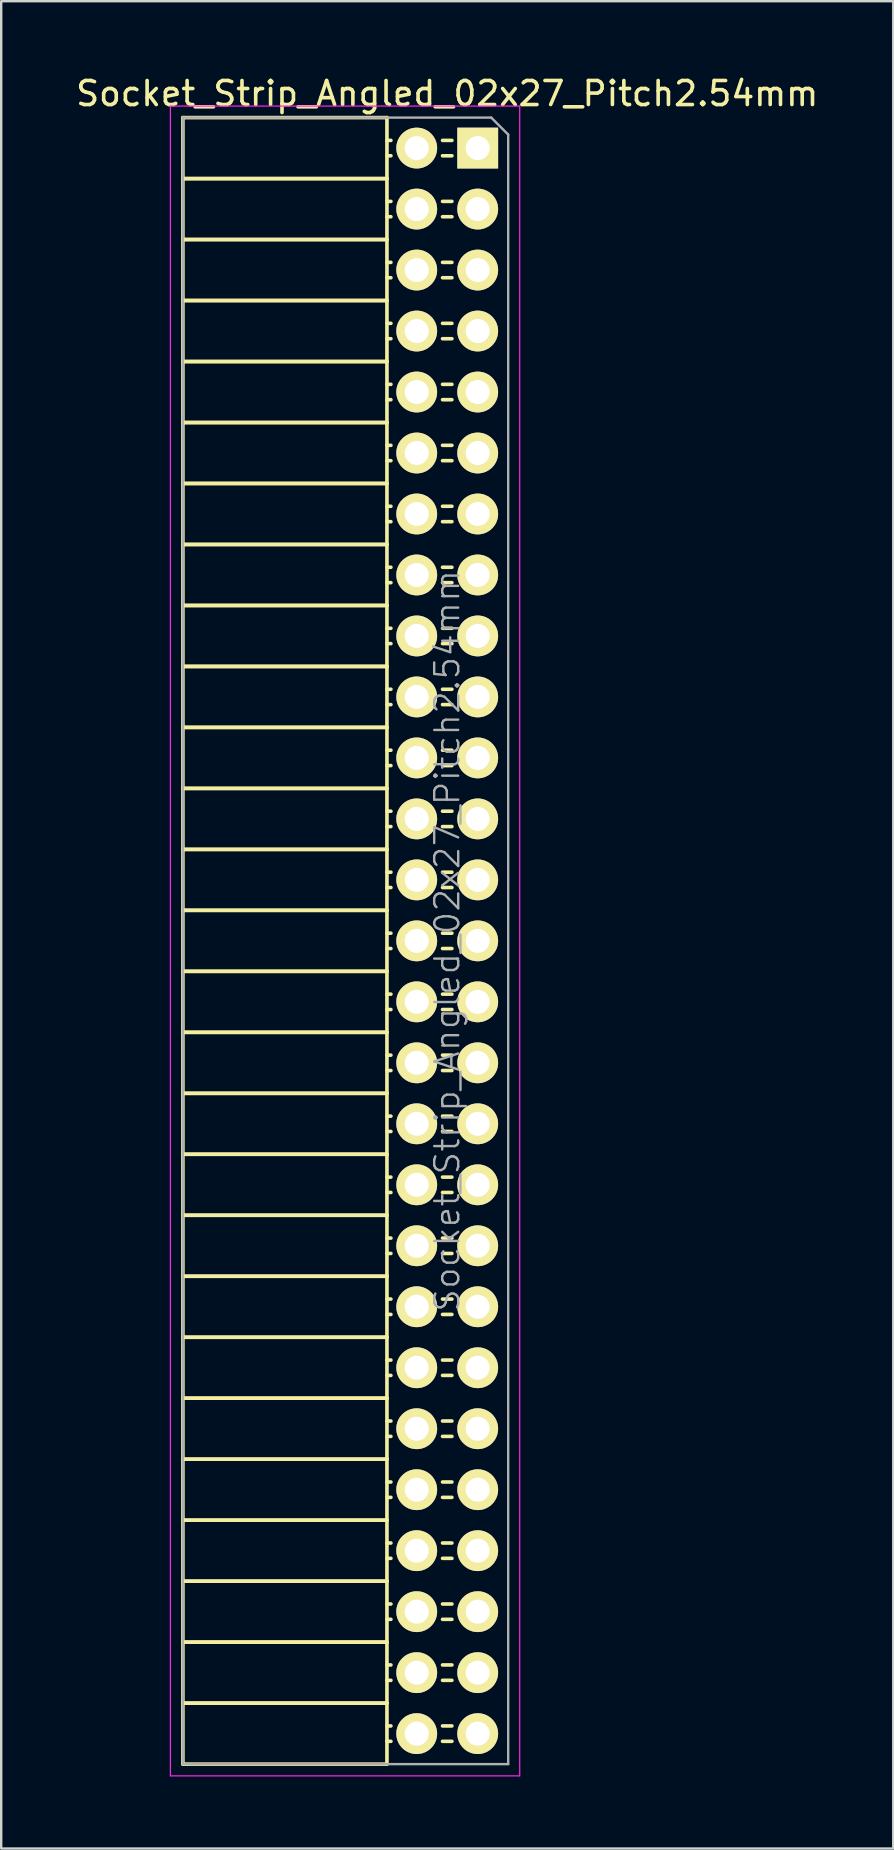
<source format=kicad_pcb>
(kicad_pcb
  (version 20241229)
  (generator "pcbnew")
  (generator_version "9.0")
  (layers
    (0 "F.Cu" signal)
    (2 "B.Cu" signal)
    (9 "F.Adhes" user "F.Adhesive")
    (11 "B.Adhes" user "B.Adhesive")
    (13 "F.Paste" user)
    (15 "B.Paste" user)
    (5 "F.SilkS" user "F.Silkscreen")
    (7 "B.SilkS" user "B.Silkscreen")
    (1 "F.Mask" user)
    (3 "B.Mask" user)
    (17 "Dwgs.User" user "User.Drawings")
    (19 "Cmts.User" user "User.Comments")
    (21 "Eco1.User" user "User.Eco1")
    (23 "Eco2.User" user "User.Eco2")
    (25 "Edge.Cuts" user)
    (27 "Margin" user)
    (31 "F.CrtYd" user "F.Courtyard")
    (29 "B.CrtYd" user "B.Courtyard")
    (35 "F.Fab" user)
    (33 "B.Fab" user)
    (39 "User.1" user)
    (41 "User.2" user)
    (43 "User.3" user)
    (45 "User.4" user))
  (footprint "Socket_Strip_Angled_02x27_Pitch2.54mm"
    (layer "F.Cu")
    (at 16.847 3.118)
    (property "Reference" "Socket_Strip_Angled_02x27_Pitch2.54mm" (at -1.27 -2.27 0) (layer "F.SilkS") (effects (font (size 1 1) (thickness 0.15))))
    (attr smd)
    (fp_line (start -12.28 -1.27) (end -12.28 1.27) (stroke (width 0.15) (type solid)) (layer "F.SilkS"))
    (fp_line (start -12.28 -1.27) (end -3.78 -1.27) (stroke (width 0.15) (type solid)) (layer "F.SilkS"))
    (fp_line (start -12.28 1.27) (end -12.28 3.81) (stroke (width 0.15) (type solid)) (layer "F.SilkS"))
    (fp_line (start -12.28 1.27) (end -3.78 1.27) (stroke (width 0.15) (type solid)) (layer "F.SilkS"))
    (fp_line (start -12.28 1.27) (end -3.78 1.27) (stroke (width 0.15) (type solid)) (layer "F.SilkS"))
    (fp_line (start -12.28 3.81) (end -12.28 6.35) (stroke (width 0.15) (type solid)) (layer "F.SilkS"))
    (fp_line (start -12.28 3.81) (end -3.78 3.81) (stroke (width 0.15) (type solid)) (layer "F.SilkS"))
    (fp_line (start -12.28 3.81) (end -3.78 3.81) (stroke (width 0.15) (type solid)) (layer "F.SilkS"))
    (fp_line (start -12.28 6.35) (end -12.28 8.89) (stroke (width 0.15) (type solid)) (layer "F.SilkS"))
    (fp_line (start -12.28 6.35) (end -3.78 6.35) (stroke (width 0.15) (type solid)) (layer "F.SilkS"))
    (fp_line (start -12.28 6.35) (end -3.78 6.35) (stroke (width 0.15) (type solid)) (layer "F.SilkS"))
    (fp_line (start -12.28 8.89) (end -12.28 11.43) (stroke (width 0.15) (type solid)) (layer "F.SilkS"))
    (fp_line (start -12.28 8.89) (end -3.78 8.89) (stroke (width 0.15) (type solid)) (layer "F.SilkS"))
    (fp_line (start -12.28 8.89) (end -3.78 8.89) (stroke (width 0.15) (type solid)) (layer "F.SilkS"))
    (fp_line (start -12.28 11.43) (end -12.28 13.97) (stroke (width 0.15) (type solid)) (layer "F.SilkS"))
    (fp_line (start -12.28 11.43) (end -3.78 11.43) (stroke (width 0.15) (type solid)) (layer "F.SilkS"))
    (fp_line (start -12.28 11.43) (end -3.78 11.43) (stroke (width 0.15) (type solid)) (layer "F.SilkS"))
    (fp_line (start -12.28 13.97) (end -12.28 16.51) (stroke (width 0.15) (type solid)) (layer "F.SilkS"))
    (fp_line (start -12.28 13.97) (end -3.78 13.97) (stroke (width 0.15) (type solid)) (layer "F.SilkS"))
    (fp_line (start -12.28 13.97) (end -3.78 13.97) (stroke (width 0.15) (type solid)) (layer "F.SilkS"))
    (fp_line (start -12.28 16.51) (end -12.28 19.05) (stroke (width 0.15) (type solid)) (layer "F.SilkS"))
    (fp_line (start -12.28 16.51) (end -3.78 16.51) (stroke (width 0.15) (type solid)) (layer "F.SilkS"))
    (fp_line (start -12.28 16.51) (end -3.78 16.51) (stroke (width 0.15) (type solid)) (layer "F.SilkS"))
    (fp_line (start -12.28 19.05) (end -12.28 21.59) (stroke (width 0.15) (type solid)) (layer "F.SilkS"))
    (fp_line (start -12.28 19.05) (end -3.78 19.05) (stroke (width 0.15) (type solid)) (layer "F.SilkS"))
    (fp_line (start -12.28 19.05) (end -3.78 19.05) (stroke (width 0.15) (type solid)) (layer "F.SilkS"))
    (fp_line (start -12.28 21.59) (end -12.28 24.13) (stroke (width 0.15) (type solid)) (layer "F.SilkS"))
    (fp_line (start -12.28 21.59) (end -3.78 21.59) (stroke (width 0.15) (type solid)) (layer "F.SilkS"))
    (fp_line (start -12.28 21.59) (end -3.78 21.59) (stroke (width 0.15) (type solid)) (layer "F.SilkS"))
    (fp_line (start -12.28 24.13) (end -12.28 26.67) (stroke (width 0.15) (type solid)) (layer "F.SilkS"))
    (fp_line (start -12.28 24.13) (end -3.78 24.13) (stroke (width 0.15) (type solid)) (layer "F.SilkS"))
    (fp_line (start -12.28 24.13) (end -3.78 24.13) (stroke (width 0.15) (type solid)) (layer "F.SilkS"))
    (fp_line (start -12.28 26.67) (end -12.28 29.21) (stroke (width 0.15) (type solid)) (layer "F.SilkS"))
    (fp_line (start -12.28 26.67) (end -3.78 26.67) (stroke (width 0.15) (type solid)) (layer "F.SilkS"))
    (fp_line (start -12.28 26.67) (end -3.78 26.67) (stroke (width 0.15) (type solid)) (layer "F.SilkS"))
    (fp_line (start -12.28 29.21) (end -12.28 31.75) (stroke (width 0.15) (type solid)) (layer "F.SilkS"))
    (fp_line (start -12.28 29.21) (end -3.78 29.21) (stroke (width 0.15) (type solid)) (layer "F.SilkS"))
    (fp_line (start -12.28 29.21) (end -3.78 29.21) (stroke (width 0.15) (type solid)) (layer "F.SilkS"))
    (fp_line (start -12.28 31.75) (end -12.28 34.29) (stroke (width 0.15) (type solid)) (layer "F.SilkS"))
    (fp_line (start -12.28 31.75) (end -3.78 31.75) (stroke (width 0.15) (type solid)) (layer "F.SilkS"))
    (fp_line (start -12.28 31.75) (end -3.78 31.75) (stroke (width 0.15) (type solid)) (layer "F.SilkS"))
    (fp_line (start -12.28 34.29) (end -12.28 36.83) (stroke (width 0.15) (type solid)) (layer "F.SilkS"))
    (fp_line (start -12.28 34.29) (end -3.78 34.29) (stroke (width 0.15) (type solid)) (layer "F.SilkS"))
    (fp_line (start -12.28 34.29) (end -3.78 34.29) (stroke (width 0.15) (type solid)) (layer "F.SilkS"))
    (fp_line (start -12.28 36.83) (end -12.28 39.37) (stroke (width 0.15) (type solid)) (layer "F.SilkS"))
    (fp_line (start -12.28 36.83) (end -3.78 36.83) (stroke (width 0.15) (type solid)) (layer "F.SilkS"))
    (fp_line (start -12.28 36.83) (end -3.78 36.83) (stroke (width 0.15) (type solid)) (layer "F.SilkS"))
    (fp_line (start -12.28 39.37) (end -12.28 41.91) (stroke (width 0.15) (type solid)) (layer "F.SilkS"))
    (fp_line (start -12.28 39.37) (end -3.78 39.37) (stroke (width 0.15) (type solid)) (layer "F.SilkS"))
    (fp_line (start -12.28 39.37) (end -3.78 39.37) (stroke (width 0.15) (type solid)) (layer "F.SilkS"))
    (fp_line (start -12.28 41.91) (end -12.28 44.45) (stroke (width 0.15) (type solid)) (layer "F.SilkS"))
    (fp_line (start -12.28 41.91) (end -3.78 41.91) (stroke (width 0.15) (type solid)) (layer "F.SilkS"))
    (fp_line (start -12.28 41.91) (end -3.78 41.91) (stroke (width 0.15) (type solid)) (layer "F.SilkS"))
    (fp_line (start -12.28 44.45) (end -12.28 46.99) (stroke (width 0.15) (type solid)) (layer "F.SilkS"))
    (fp_line (start -12.28 44.45) (end -3.78 44.45) (stroke (width 0.15) (type solid)) (layer "F.SilkS"))
    (fp_line (start -12.28 44.45) (end -3.78 44.45) (stroke (width 0.15) (type solid)) (layer "F.SilkS"))
    (fp_line (start -12.28 46.99) (end -12.28 49.53) (stroke (width 0.15) (type solid)) (layer "F.SilkS"))
    (fp_line (start -12.28 46.99) (end -3.78 46.99) (stroke (width 0.15) (type solid)) (layer "F.SilkS"))
    (fp_line (start -12.28 46.99) (end -3.78 46.99) (stroke (width 0.15) (type solid)) (layer "F.SilkS"))
    (fp_line (start -12.28 49.53) (end -12.28 52.07) (stroke (width 0.15) (type solid)) (layer "F.SilkS"))
    (fp_line (start -12.28 49.53) (end -3.78 49.53) (stroke (width 0.15) (type solid)) (layer "F.SilkS"))
    (fp_line (start -12.28 49.53) (end -3.78 49.53) (stroke (width 0.15) (type solid)) (layer "F.SilkS"))
    (fp_line (start -12.28 52.07) (end -12.28 54.61) (stroke (width 0.15) (type solid)) (layer "F.SilkS"))
    (fp_line (start -12.28 52.07) (end -3.78 52.07) (stroke (width 0.15) (type solid)) (layer "F.SilkS"))
    (fp_line (start -12.28 52.07) (end -3.78 52.07) (stroke (width 0.15) (type solid)) (layer "F.SilkS"))
    (fp_line (start -12.28 54.61) (end -12.28 57.15) (stroke (width 0.15) (type solid)) (layer "F.SilkS"))
    (fp_line (start -12.28 54.61) (end -3.78 54.61) (stroke (width 0.15) (type solid)) (layer "F.SilkS"))
    (fp_line (start -12.28 54.61) (end -3.78 54.61) (stroke (width 0.15) (type solid)) (layer "F.SilkS"))
    (fp_line (start -12.28 57.15) (end -12.28 59.69) (stroke (width 0.15) (type solid)) (layer "F.SilkS"))
    (fp_line (start -12.28 57.15) (end -3.78 57.15) (stroke (width 0.15) (type solid)) (layer "F.SilkS"))
    (fp_line (start -12.28 57.15) (end -3.78 57.15) (stroke (width 0.15) (type solid)) (layer "F.SilkS"))
    (fp_line (start -12.28 59.69) (end -12.28 62.23) (stroke (width 0.15) (type solid)) (layer "F.SilkS"))
    (fp_line (start -12.28 59.69) (end -3.78 59.69) (stroke (width 0.15) (type solid)) (layer "F.SilkS"))
    (fp_line (start -12.28 59.69) (end -3.78 59.69) (stroke (width 0.15) (type solid)) (layer "F.SilkS"))
    (fp_line (start -12.28 62.23) (end -12.28 64.77) (stroke (width 0.15) (type solid)) (layer "F.SilkS"))
    (fp_line (start -12.28 62.23) (end -3.78 62.23) (stroke (width 0.15) (type solid)) (layer "F.SilkS"))
    (fp_line (start -12.28 62.23) (end -3.78 62.23) (stroke (width 0.15) (type solid)) (layer "F.SilkS"))
    (fp_line (start -12.28 64.77) (end -12.28 67.31) (stroke (width 0.15) (type solid)) (layer "F.SilkS"))
    (fp_line (start -12.28 64.77) (end -3.78 64.77) (stroke (width 0.15) (type solid)) (layer "F.SilkS"))
    (fp_line (start -12.28 64.77) (end -3.78 64.77) (stroke (width 0.15) (type solid)) (layer "F.SilkS"))
    (fp_line (start -12.28 67.31) (end -3.78 67.31) (stroke (width 0.15) (type solid)) (layer "F.SilkS"))
    (fp_line (start -3.78 -1.27) (end -3.78 1.27) (stroke (width 0.15) (type solid)) (layer "F.SilkS"))
    (fp_line (start -3.78 -0.32) (end -3.615 -0.32) (stroke (width 0.15) (type solid)) (layer "F.SilkS"))
    (fp_line (start -3.78 0.32) (end -3.615 0.32) (stroke (width 0.15) (type solid)) (layer "F.SilkS"))
    (fp_line (start -3.78 1.27) (end -3.78 3.81) (stroke (width 0.15) (type solid)) (layer "F.SilkS"))
    (fp_line (start -3.78 2.22) (end -3.615 2.22) (stroke (width 0.15) (type solid)) (layer "F.SilkS"))
    (fp_line (start -3.78 2.86) (end -3.615 2.86) (stroke (width 0.15) (type solid)) (layer "F.SilkS"))
    (fp_line (start -3.78 3.81) (end -3.78 6.35) (stroke (width 0.15) (type solid)) (layer "F.SilkS"))
    (fp_line (start -3.78 4.76) (end -3.615 4.76) (stroke (width 0.15) (type solid)) (layer "F.SilkS"))
    (fp_line (start -3.78 5.4) (end -3.615 5.4) (stroke (width 0.15) (type solid)) (layer "F.SilkS"))
    (fp_line (start -3.78 6.35) (end -3.78 8.89) (stroke (width 0.15) (type solid)) (layer "F.SilkS"))
    (fp_line (start -3.78 7.3) (end -3.615 7.3) (stroke (width 0.15) (type solid)) (layer "F.SilkS"))
    (fp_line (start -3.78 7.94) (end -3.615 7.94) (stroke (width 0.15) (type solid)) (layer "F.SilkS"))
    (fp_line (start -3.78 8.89) (end -3.78 11.43) (stroke (width 0.15) (type solid)) (layer "F.SilkS"))
    (fp_line (start -3.78 9.84) (end -3.615 9.84) (stroke (width 0.15) (type solid)) (layer "F.SilkS"))
    (fp_line (start -3.78 10.48) (end -3.615 10.48) (stroke (width 0.15) (type solid)) (layer "F.SilkS"))
    (fp_line (start -3.78 11.43) (end -3.78 13.97) (stroke (width 0.15) (type solid)) (layer "F.SilkS"))
    (fp_line (start -3.78 12.38) (end -3.615 12.38) (stroke (width 0.15) (type solid)) (layer "F.SilkS"))
    (fp_line (start -3.78 13.02) (end -3.615 13.02) (stroke (width 0.15) (type solid)) (layer "F.SilkS"))
    (fp_line (start -3.78 13.97) (end -3.78 16.51) (stroke (width 0.15) (type solid)) (layer "F.SilkS"))
    (fp_line (start -3.78 14.92) (end -3.615 14.92) (stroke (width 0.15) (type solid)) (layer "F.SilkS"))
    (fp_line (start -3.78 15.56) (end -3.615 15.56) (stroke (width 0.15) (type solid)) (layer "F.SilkS"))
    (fp_line (start -3.78 16.51) (end -3.78 19.05) (stroke (width 0.15) (type solid)) (layer "F.SilkS"))
    (fp_line (start -3.78 17.46) (end -3.615 17.46) (stroke (width 0.15) (type solid)) (layer "F.SilkS"))
    (fp_line (start -3.78 18.1) (end -3.615 18.1) (stroke (width 0.15) (type solid)) (layer "F.SilkS"))
    (fp_line (start -3.78 19.05) (end -3.78 21.59) (stroke (width 0.15) (type solid)) (layer "F.SilkS"))
    (fp_line (start -3.78 20) (end -3.615 20) (stroke (width 0.15) (type solid)) (layer "F.SilkS"))
    (fp_line (start -3.78 20.64) (end -3.615 20.64) (stroke (width 0.15) (type solid)) (layer "F.SilkS"))
    (fp_line (start -3.78 21.59) (end -3.78 24.13) (stroke (width 0.15) (type solid)) (layer "F.SilkS"))
    (fp_line (start -3.78 22.54) (end -3.615 22.54) (stroke (width 0.15) (type solid)) (layer "F.SilkS"))
    (fp_line (start -3.78 23.18) (end -3.615 23.18) (stroke (width 0.15) (type solid)) (layer "F.SilkS"))
    (fp_line (start -3.78 24.13) (end -3.78 26.67) (stroke (width 0.15) (type solid)) (layer "F.SilkS"))
    (fp_line (start -3.78 25.08) (end -3.615 25.08) (stroke (width 0.15) (type solid)) (layer "F.SilkS"))
    (fp_line (start -3.78 25.72) (end -3.615 25.72) (stroke (width 0.15) (type solid)) (layer "F.SilkS"))
    (fp_line (start -3.78 26.67) (end -3.78 29.21) (stroke (width 0.15) (type solid)) (layer "F.SilkS"))
    (fp_line (start -3.78 27.62) (end -3.615 27.62) (stroke (width 0.15) (type solid)) (layer "F.SilkS"))
    (fp_line (start -3.78 28.26) (end -3.615 28.26) (stroke (width 0.15) (type solid)) (layer "F.SilkS"))
    (fp_line (start -3.78 29.21) (end -3.78 31.75) (stroke (width 0.15) (type solid)) (layer "F.SilkS"))
    (fp_line (start -3.78 30.16) (end -3.615 30.16) (stroke (width 0.15) (type solid)) (layer "F.SilkS"))
    (fp_line (start -3.78 30.8) (end -3.615 30.8) (stroke (width 0.15) (type solid)) (layer "F.SilkS"))
    (fp_line (start -3.78 31.75) (end -3.78 34.29) (stroke (width 0.15) (type solid)) (layer "F.SilkS"))
    (fp_line (start -3.78 32.7) (end -3.615 32.7) (stroke (width 0.15) (type solid)) (layer "F.SilkS"))
    (fp_line (start -3.78 33.34) (end -3.615 33.34) (stroke (width 0.15) (type solid)) (layer "F.SilkS"))
    (fp_line (start -3.78 34.29) (end -3.78 36.83) (stroke (width 0.15) (type solid)) (layer "F.SilkS"))
    (fp_line (start -3.78 35.24) (end -3.615 35.24) (stroke (width 0.15) (type solid)) (layer "F.SilkS"))
    (fp_line (start -3.78 35.88) (end -3.615 35.88) (stroke (width 0.15) (type solid)) (layer "F.SilkS"))
    (fp_line (start -3.78 36.83) (end -3.78 39.37) (stroke (width 0.15) (type solid)) (layer "F.SilkS"))
    (fp_line (start -3.78 37.78) (end -3.615 37.78) (stroke (width 0.15) (type solid)) (layer "F.SilkS"))
    (fp_line (start -3.78 38.42) (end -3.615 38.42) (stroke (width 0.15) (type solid)) (layer "F.SilkS"))
    (fp_line (start -3.78 39.37) (end -3.78 41.91) (stroke (width 0.15) (type solid)) (layer "F.SilkS"))
    (fp_line (start -3.78 40.32) (end -3.615 40.32) (stroke (width 0.15) (type solid)) (layer "F.SilkS"))
    (fp_line (start -3.78 40.96) (end -3.615 40.96) (stroke (width 0.15) (type solid)) (layer "F.SilkS"))
    (fp_line (start -3.78 41.91) (end -3.78 44.45) (stroke (width 0.15) (type solid)) (layer "F.SilkS"))
    (fp_line (start -3.78 42.86) (end -3.615 42.86) (stroke (width 0.15) (type solid)) (layer "F.SilkS"))
    (fp_line (start -3.78 43.5) (end -3.615 43.5) (stroke (width 0.15) (type solid)) (layer "F.SilkS"))
    (fp_line (start -3.78 44.45) (end -3.78 46.99) (stroke (width 0.15) (type solid)) (layer "F.SilkS"))
    (fp_line (start -3.78 45.4) (end -3.615 45.4) (stroke (width 0.15) (type solid)) (layer "F.SilkS"))
    (fp_line (start -3.78 46.04) (end -3.615 46.04) (stroke (width 0.15) (type solid)) (layer "F.SilkS"))
    (fp_line (start -3.78 46.99) (end -3.78 49.53) (stroke (width 0.15) (type solid)) (layer "F.SilkS"))
    (fp_line (start -3.78 47.94) (end -3.615 47.94) (stroke (width 0.15) (type solid)) (layer "F.SilkS"))
    (fp_line (start -3.78 48.58) (end -3.615 48.58) (stroke (width 0.15) (type solid)) (layer "F.SilkS"))
    (fp_line (start -3.78 49.53) (end -3.78 52.07) (stroke (width 0.15) (type solid)) (layer "F.SilkS"))
    (fp_line (start -3.78 50.48) (end -3.615 50.48) (stroke (width 0.15) (type solid)) (layer "F.SilkS"))
    (fp_line (start -3.78 51.12) (end -3.615 51.12) (stroke (width 0.15) (type solid)) (layer "F.SilkS"))
    (fp_line (start -3.78 52.07) (end -3.78 54.61) (stroke (width 0.15) (type solid)) (layer "F.SilkS"))
    (fp_line (start -3.78 53.02) (end -3.615 53.02) (stroke (width 0.15) (type solid)) (layer "F.SilkS"))
    (fp_line (start -3.78 53.66) (end -3.615 53.66) (stroke (width 0.15) (type solid)) (layer "F.SilkS"))
    (fp_line (start -3.78 54.61) (end -3.78 57.15) (stroke (width 0.15) (type solid)) (layer "F.SilkS"))
    (fp_line (start -3.78 55.56) (end -3.615 55.56) (stroke (width 0.15) (type solid)) (layer "F.SilkS"))
    (fp_line (start -3.78 56.2) (end -3.615 56.2) (stroke (width 0.15) (type solid)) (layer "F.SilkS"))
    (fp_line (start -3.78 57.15) (end -3.78 59.69) (stroke (width 0.15) (type solid)) (layer "F.SilkS"))
    (fp_line (start -3.78 58.1) (end -3.615 58.1) (stroke (width 0.15) (type solid)) (layer "F.SilkS"))
    (fp_line (start -3.78 58.74) (end -3.615 58.74) (stroke (width 0.15) (type solid)) (layer "F.SilkS"))
    (fp_line (start -3.78 59.69) (end -3.78 62.23) (stroke (width 0.15) (type solid)) (layer "F.SilkS"))
    (fp_line (start -3.78 60.64) (end -3.615 60.64) (stroke (width 0.15) (type solid)) (layer "F.SilkS"))
    (fp_line (start -3.78 61.28) (end -3.615 61.28) (stroke (width 0.15) (type solid)) (layer "F.SilkS"))
    (fp_line (start -3.78 62.23) (end -3.78 64.77) (stroke (width 0.15) (type solid)) (layer "F.SilkS"))
    (fp_line (start -3.78 63.18) (end -3.615 63.18) (stroke (width 0.15) (type solid)) (layer "F.SilkS"))
    (fp_line (start -3.78 63.82) (end -3.615 63.82) (stroke (width 0.15) (type solid)) (layer "F.SilkS"))
    (fp_line (start -3.78 64.77) (end -3.78 67.31) (stroke (width 0.15) (type solid)) (layer "F.SilkS"))
    (fp_line (start -3.78 65.72) (end -3.615 65.72) (stroke (width 0.15) (type solid)) (layer "F.SilkS"))
    (fp_line (start -3.78 66.36) (end -3.615 66.36) (stroke (width 0.15) (type solid)) (layer "F.SilkS"))
    (fp_line (start -1.075 -0.32) (end -1.465 -0.32) (stroke (width 0.15) (type solid)) (layer "F.SilkS"))
    (fp_line (start -1.075 0.32) (end -1.465 0.32) (stroke (width 0.15) (type solid)) (layer "F.SilkS"))
    (fp_line (start -1.075 2.22) (end -1.465 2.22) (stroke (width 0.15) (type solid)) (layer "F.SilkS"))
    (fp_line (start -1.075 2.86) (end -1.465 2.86) (stroke (width 0.15) (type solid)) (layer "F.SilkS"))
    (fp_line (start -1.075 4.76) (end -1.465 4.76) (stroke (width 0.15) (type solid)) (layer "F.SilkS"))
    (fp_line (start -1.075 5.4) (end -1.465 5.4) (stroke (width 0.15) (type solid)) (layer "F.SilkS"))
    (fp_line (start -1.075 7.3) (end -1.465 7.3) (stroke (width 0.15) (type solid)) (layer "F.SilkS"))
    (fp_line (start -1.075 7.94) (end -1.465 7.94) (stroke (width 0.15) (type solid)) (layer "F.SilkS"))
    (fp_line (start -1.075 9.84) (end -1.465 9.84) (stroke (width 0.15) (type solid)) (layer "F.SilkS"))
    (fp_line (start -1.075 10.48) (end -1.465 10.48) (stroke (width 0.15) (type solid)) (layer "F.SilkS"))
    (fp_line (start -1.075 12.38) (end -1.465 12.38) (stroke (width 0.15) (type solid)) (layer "F.SilkS"))
    (fp_line (start -1.075 13.02) (end -1.465 13.02) (stroke (width 0.15) (type solid)) (layer "F.SilkS"))
    (fp_line (start -1.075 14.92) (end -1.465 14.92) (stroke (width 0.15) (type solid)) (layer "F.SilkS"))
    (fp_line (start -1.075 15.56) (end -1.465 15.56) (stroke (width 0.15) (type solid)) (layer "F.SilkS"))
    (fp_line (start -1.075 17.46) (end -1.465 17.46) (stroke (width 0.15) (type solid)) (layer "F.SilkS"))
    (fp_line (start -1.075 18.1) (end -1.465 18.1) (stroke (width 0.15) (type solid)) (layer "F.SilkS"))
    (fp_line (start -1.075 20) (end -1.465 20) (stroke (width 0.15) (type solid)) (layer "F.SilkS"))
    (fp_line (start -1.075 20.64) (end -1.465 20.64) (stroke (width 0.15) (type solid)) (layer "F.SilkS"))
    (fp_line (start -1.075 22.54) (end -1.465 22.54) (stroke (width 0.15) (type solid)) (layer "F.SilkS"))
    (fp_line (start -1.075 23.18) (end -1.465 23.18) (stroke (width 0.15) (type solid)) (layer "F.SilkS"))
    (fp_line (start -1.075 25.08) (end -1.465 25.08) (stroke (width 0.15) (type solid)) (layer "F.SilkS"))
    (fp_line (start -1.075 25.72) (end -1.465 25.72) (stroke (width 0.15) (type solid)) (layer "F.SilkS"))
    (fp_line (start -1.075 27.62) (end -1.465 27.62) (stroke (width 0.15) (type solid)) (layer "F.SilkS"))
    (fp_line (start -1.075 28.26) (end -1.465 28.26) (stroke (width 0.15) (type solid)) (layer "F.SilkS"))
    (fp_line (start -1.075 30.16) (end -1.465 30.16) (stroke (width 0.15) (type solid)) (layer "F.SilkS"))
    (fp_line (start -1.075 30.8) (end -1.465 30.8) (stroke (width 0.15) (type solid)) (layer "F.SilkS"))
    (fp_line (start -1.075 32.7) (end -1.465 32.7) (stroke (width 0.15) (type solid)) (layer "F.SilkS"))
    (fp_line (start -1.075 33.34) (end -1.465 33.34) (stroke (width 0.15) (type solid)) (layer "F.SilkS"))
    (fp_line (start -1.075 35.24) (end -1.465 35.24) (stroke (width 0.15) (type solid)) (layer "F.SilkS"))
    (fp_line (start -1.075 35.88) (end -1.465 35.88) (stroke (width 0.15) (type solid)) (layer "F.SilkS"))
    (fp_line (start -1.075 37.78) (end -1.465 37.78) (stroke (width 0.15) (type solid)) (layer "F.SilkS"))
    (fp_line (start -1.075 38.42) (end -1.465 38.42) (stroke (width 0.15) (type solid)) (layer "F.SilkS"))
    (fp_line (start -1.075 40.32) (end -1.465 40.32) (stroke (width 0.15) (type solid)) (layer "F.SilkS"))
    (fp_line (start -1.075 40.96) (end -1.465 40.96) (stroke (width 0.15) (type solid)) (layer "F.SilkS"))
    (fp_line (start -1.075 42.86) (end -1.465 42.86) (stroke (width 0.15) (type solid)) (layer "F.SilkS"))
    (fp_line (start -1.075 43.5) (end -1.465 43.5) (stroke (width 0.15) (type solid)) (layer "F.SilkS"))
    (fp_line (start -1.075 45.4) (end -1.465 45.4) (stroke (width 0.15) (type solid)) (layer "F.SilkS"))
    (fp_line (start -1.075 46.04) (end -1.465 46.04) (stroke (width 0.15) (type solid)) (layer "F.SilkS"))
    (fp_line (start -1.075 47.94) (end -1.465 47.94) (stroke (width 0.15) (type solid)) (layer "F.SilkS"))
    (fp_line (start -1.075 48.58) (end -1.465 48.58) (stroke (width 0.15) (type solid)) (layer "F.SilkS"))
    (fp_line (start -1.075 50.48) (end -1.465 50.48) (stroke (width 0.15) (type solid)) (layer "F.SilkS"))
    (fp_line (start -1.075 51.12) (end -1.465 51.12) (stroke (width 0.15) (type solid)) (layer "F.SilkS"))
    (fp_line (start -1.075 53.02) (end -1.465 53.02) (stroke (width 0.15) (type solid)) (layer "F.SilkS"))
    (fp_line (start -1.075 53.66) (end -1.465 53.66) (stroke (width 0.15) (type solid)) (layer "F.SilkS"))
    (fp_line (start -1.075 55.56) (end -1.465 55.56) (stroke (width 0.15) (type solid)) (layer "F.SilkS"))
    (fp_line (start -1.075 56.2) (end -1.465 56.2) (stroke (width 0.15) (type solid)) (layer "F.SilkS"))
    (fp_line (start -1.075 58.1) (end -1.465 58.1) (stroke (width 0.15) (type solid)) (layer "F.SilkS"))
    (fp_line (start -1.075 58.74) (end -1.465 58.74) (stroke (width 0.15) (type solid)) (layer "F.SilkS"))
    (fp_line (start -1.075 60.64) (end -1.465 60.64) (stroke (width 0.15) (type solid)) (layer "F.SilkS"))
    (fp_line (start -1.075 61.28) (end -1.465 61.28) (stroke (width 0.15) (type solid)) (layer "F.SilkS"))
    (fp_line (start -1.075 63.18) (end -1.465 63.18) (stroke (width 0.15) (type solid)) (layer "F.SilkS"))
    (fp_line (start -1.075 63.82) (end -1.465 63.82) (stroke (width 0.15) (type solid)) (layer "F.SilkS"))
    (fp_line (start -1.075 65.72) (end -1.465 65.72) (stroke (width 0.15) (type solid)) (layer "F.SilkS"))
    (fp_line (start -1.075 66.36) (end -1.465 66.36) (stroke (width 0.15) (type solid)) (layer "F.SilkS"))
    (fp_line (start -12.8 -1.75) (end 1.75 -1.75) (stroke (width 0.05) (type solid)) (layer "F.CrtYd"))
    (fp_line (start -12.8 67.8) (end -12.8 -1.75) (stroke (width 0.05) (type solid)) (layer "F.CrtYd"))
    (fp_line (start -12.8 67.8) (end 1.75 67.8) (stroke (width 0.05) (type solid)) (layer "F.CrtYd"))
    (fp_line (start 1.75 67.8) (end 1.75 -1.75) (stroke (width 0.05) (type solid)) (layer "F.CrtYd"))
    (fp_line (start -12.28 -1.27) (end 0.563 -1.27) (stroke (width 0.1) (type solid)) (layer "F.Fab"))
    (fp_line (start -12.28 67.31) (end -12.28 -1.27) (stroke (width 0.1) (type solid)) (layer "F.Fab"))
    (fp_line (start -12.28 67.31) (end 1.27 67.31) (stroke (width 0.1) (type solid)) (layer "F.Fab"))
    (fp_line (start 1.27 -0.563) (end 0.563 -1.27) (stroke (width 0.1) (type solid)) (layer "F.Fab"))
    (fp_line (start 1.27 67.31) (end 1.27 -0.563) (stroke (width 0.1) (type solid)) (layer "F.Fab"))
    (fp_text user "${REFERENCE}" (at -1.27 33.02 90) (layer "F.Fab") (effects (font (size 1 1) (thickness 0.1))))
    (pad "1" thru_hole rect (at 0 0) (size 1.7 1.7) (drill 1) (layers "*.Cu" "*.Mask" "F.SilkS"))
    (pad "2" thru_hole oval (at -2.54 0) (size 1.7 1.7) (drill 1) (layers "*.Cu" "*.Mask" "F.SilkS"))
    (pad "3" thru_hole oval (at 0 2.54) (size 1.7 1.7) (drill 1) (layers "*.Cu" "*.Mask" "F.SilkS"))
    (pad "4" thru_hole oval (at -2.54 2.54) (size 1.7 1.7) (drill 1) (layers "*.Cu" "*.Mask" "F.SilkS"))
    (pad "5" thru_hole oval (at 0 5.08) (size 1.7 1.7) (drill 1) (layers "*.Cu" "*.Mask" "F.SilkS"))
    (pad "6" thru_hole oval (at -2.54 5.08) (size 1.7 1.7) (drill 1) (layers "*.Cu" "*.Mask" "F.SilkS"))
    (pad "7" thru_hole oval (at 0 7.62) (size 1.7 1.7) (drill 1) (layers "*.Cu" "*.Mask" "F.SilkS"))
    (pad "8" thru_hole oval (at -2.54 7.62) (size 1.7 1.7) (drill 1) (layers "*.Cu" "*.Mask" "F.SilkS"))
    (pad "9" thru_hole oval (at 0 10.16) (size 1.7 1.7) (drill 1) (layers "*.Cu" "*.Mask" "F.SilkS"))
    (pad "10" thru_hole oval (at -2.54 10.16) (size 1.7 1.7) (drill 1) (layers "*.Cu" "*.Mask" "F.SilkS"))
    (pad "11" thru_hole oval (at 0 12.7) (size 1.7 1.7) (drill 1) (layers "*.Cu" "*.Mask" "F.SilkS"))
    (pad "12" thru_hole oval (at -2.54 12.7) (size 1.7 1.7) (drill 1) (layers "*.Cu" "*.Mask" "F.SilkS"))
    (pad "13" thru_hole oval (at 0 15.24) (size 1.7 1.7) (drill 1) (layers "*.Cu" "*.Mask" "F.SilkS"))
    (pad "14" thru_hole oval (at -2.54 15.24) (size 1.7 1.7) (drill 1) (layers "*.Cu" "*.Mask" "F.SilkS"))
    (pad "15" thru_hole oval (at 0 17.78) (size 1.7 1.7) (drill 1) (layers "*.Cu" "*.Mask" "F.SilkS"))
    (pad "16" thru_hole oval (at -2.54 17.78) (size 1.7 1.7) (drill 1) (layers "*.Cu" "*.Mask" "F.SilkS"))
    (pad "17" thru_hole oval (at 0 20.32) (size 1.7 1.7) (drill 1) (layers "*.Cu" "*.Mask" "F.SilkS"))
    (pad "18" thru_hole oval (at -2.54 20.32) (size 1.7 1.7) (drill 1) (layers "*.Cu" "*.Mask" "F.SilkS"))
    (pad "19" thru_hole oval (at 0 22.86) (size 1.7 1.7) (drill 1) (layers "*.Cu" "*.Mask" "F.SilkS"))
    (pad "20" thru_hole oval (at -2.54 22.86) (size 1.7 1.7) (drill 1) (layers "*.Cu" "*.Mask" "F.SilkS"))
    (pad "21" thru_hole oval (at 0 25.4) (size 1.7 1.7) (drill 1) (layers "*.Cu" "*.Mask" "F.SilkS"))
    (pad "22" thru_hole oval (at -2.54 25.4) (size 1.7 1.7) (drill 1) (layers "*.Cu" "*.Mask" "F.SilkS"))
    (pad "23" thru_hole oval (at 0 27.94) (size 1.7 1.7) (drill 1) (layers "*.Cu" "*.Mask" "F.SilkS"))
    (pad "24" thru_hole oval (at -2.54 27.94) (size 1.7 1.7) (drill 1) (layers "*.Cu" "*.Mask" "F.SilkS"))
    (pad "25" thru_hole oval (at 0 30.48) (size 1.7 1.7) (drill 1) (layers "*.Cu" "*.Mask" "F.SilkS"))
    (pad "26" thru_hole oval (at -2.54 30.48) (size 1.7 1.7) (drill 1) (layers "*.Cu" "*.Mask" "F.SilkS"))
    (pad "27" thru_hole oval (at 0 33.02) (size 1.7 1.7) (drill 1) (layers "*.Cu" "*.Mask" "F.SilkS"))
    (pad "28" thru_hole oval (at -2.54 33.02) (size 1.7 1.7) (drill 1) (layers "*.Cu" "*.Mask" "F.SilkS"))
    (pad "29" thru_hole oval (at 0 35.56) (size 1.7 1.7) (drill 1) (layers "*.Cu" "*.Mask" "F.SilkS"))
    (pad "30" thru_hole oval (at -2.54 35.56) (size 1.7 1.7) (drill 1) (layers "*.Cu" "*.Mask" "F.SilkS"))
    (pad "31" thru_hole oval (at 0 38.1) (size 1.7 1.7) (drill 1) (layers "*.Cu" "*.Mask" "F.SilkS"))
    (pad "32" thru_hole oval (at -2.54 38.1) (size 1.7 1.7) (drill 1) (layers "*.Cu" "*.Mask" "F.SilkS"))
    (pad "33" thru_hole oval (at 0 40.64) (size 1.7 1.7) (drill 1) (layers "*.Cu" "*.Mask" "F.SilkS"))
    (pad "34" thru_hole oval (at -2.54 40.64) (size 1.7 1.7) (drill 1) (layers "*.Cu" "*.Mask" "F.SilkS"))
    (pad "35" thru_hole oval (at 0 43.18) (size 1.7 1.7) (drill 1) (layers "*.Cu" "*.Mask" "F.SilkS"))
    (pad "36" thru_hole oval (at -2.54 43.18) (size 1.7 1.7) (drill 1) (layers "*.Cu" "*.Mask" "F.SilkS"))
    (pad "37" thru_hole oval (at 0 45.72) (size 1.7 1.7) (drill 1) (layers "*.Cu" "*.Mask" "F.SilkS"))
    (pad "38" thru_hole oval (at -2.54 45.72) (size 1.7 1.7) (drill 1) (layers "*.Cu" "*.Mask" "F.SilkS"))
    (pad "39" thru_hole oval (at 0 48.26) (size 1.7 1.7) (drill 1) (layers "*.Cu" "*.Mask" "F.SilkS"))
    (pad "40" thru_hole oval (at -2.54 48.26) (size 1.7 1.7) (drill 1) (layers "*.Cu" "*.Mask" "F.SilkS"))
    (pad "41" thru_hole oval (at 0 50.8) (size 1.7 1.7) (drill 1) (layers "*.Cu" "*.Mask" "F.SilkS"))
    (pad "42" thru_hole oval (at -2.54 50.8) (size 1.7 1.7) (drill 1) (layers "*.Cu" "*.Mask" "F.SilkS"))
    (pad "43" thru_hole oval (at 0 53.34) (size 1.7 1.7) (drill 1) (layers "*.Cu" "*.Mask" "F.SilkS"))
    (pad "44" thru_hole oval (at -2.54 53.34) (size 1.7 1.7) (drill 1) (layers "*.Cu" "*.Mask" "F.SilkS"))
    (pad "45" thru_hole oval (at 0 55.88) (size 1.7 1.7) (drill 1) (layers "*.Cu" "*.Mask" "F.SilkS"))
    (pad "46" thru_hole oval (at -2.54 55.88) (size 1.7 1.7) (drill 1) (layers "*.Cu" "*.Mask" "F.SilkS"))
    (pad "47" thru_hole oval (at 0 58.42) (size 1.7 1.7) (drill 1) (layers "*.Cu" "*.Mask" "F.SilkS"))
    (pad "48" thru_hole oval (at -2.54 58.42) (size 1.7 1.7) (drill 1) (layers "*.Cu" "*.Mask" "F.SilkS"))
    (pad "49" thru_hole oval (at 0 60.96) (size 1.7 1.7) (drill 1) (layers "*.Cu" "*.Mask" "F.SilkS"))
    (pad "50" thru_hole oval (at -2.54 60.96) (size 1.7 1.7) (drill 1) (layers "*.Cu" "*.Mask" "F.SilkS"))
    (pad "51" thru_hole oval (at 0 63.5) (size 1.7 1.7) (drill 1) (layers "*.Cu" "*.Mask" "F.SilkS"))
    (pad "52" thru_hole oval (at -2.54 63.5) (size 1.7 1.7) (drill 1) (layers "*.Cu" "*.Mask" "F.SilkS"))
    (pad "53" thru_hole oval (at 0 66.04) (size 1.7 1.7) (drill 1) (layers "*.Cu" "*.Mask" "F.SilkS"))
    (pad "54" thru_hole oval (at -2.54 66.04) (size 1.7 1.7) (drill 1) (layers "*.Cu" "*.Mask" "F.SilkS")))
  (gr_rect
    (start -3 -3)
    (end 34.155 73.943)
    (stroke (width 0.1) (type default))
    (fill no)
    (layer "Edge.Cuts")))
</source>
